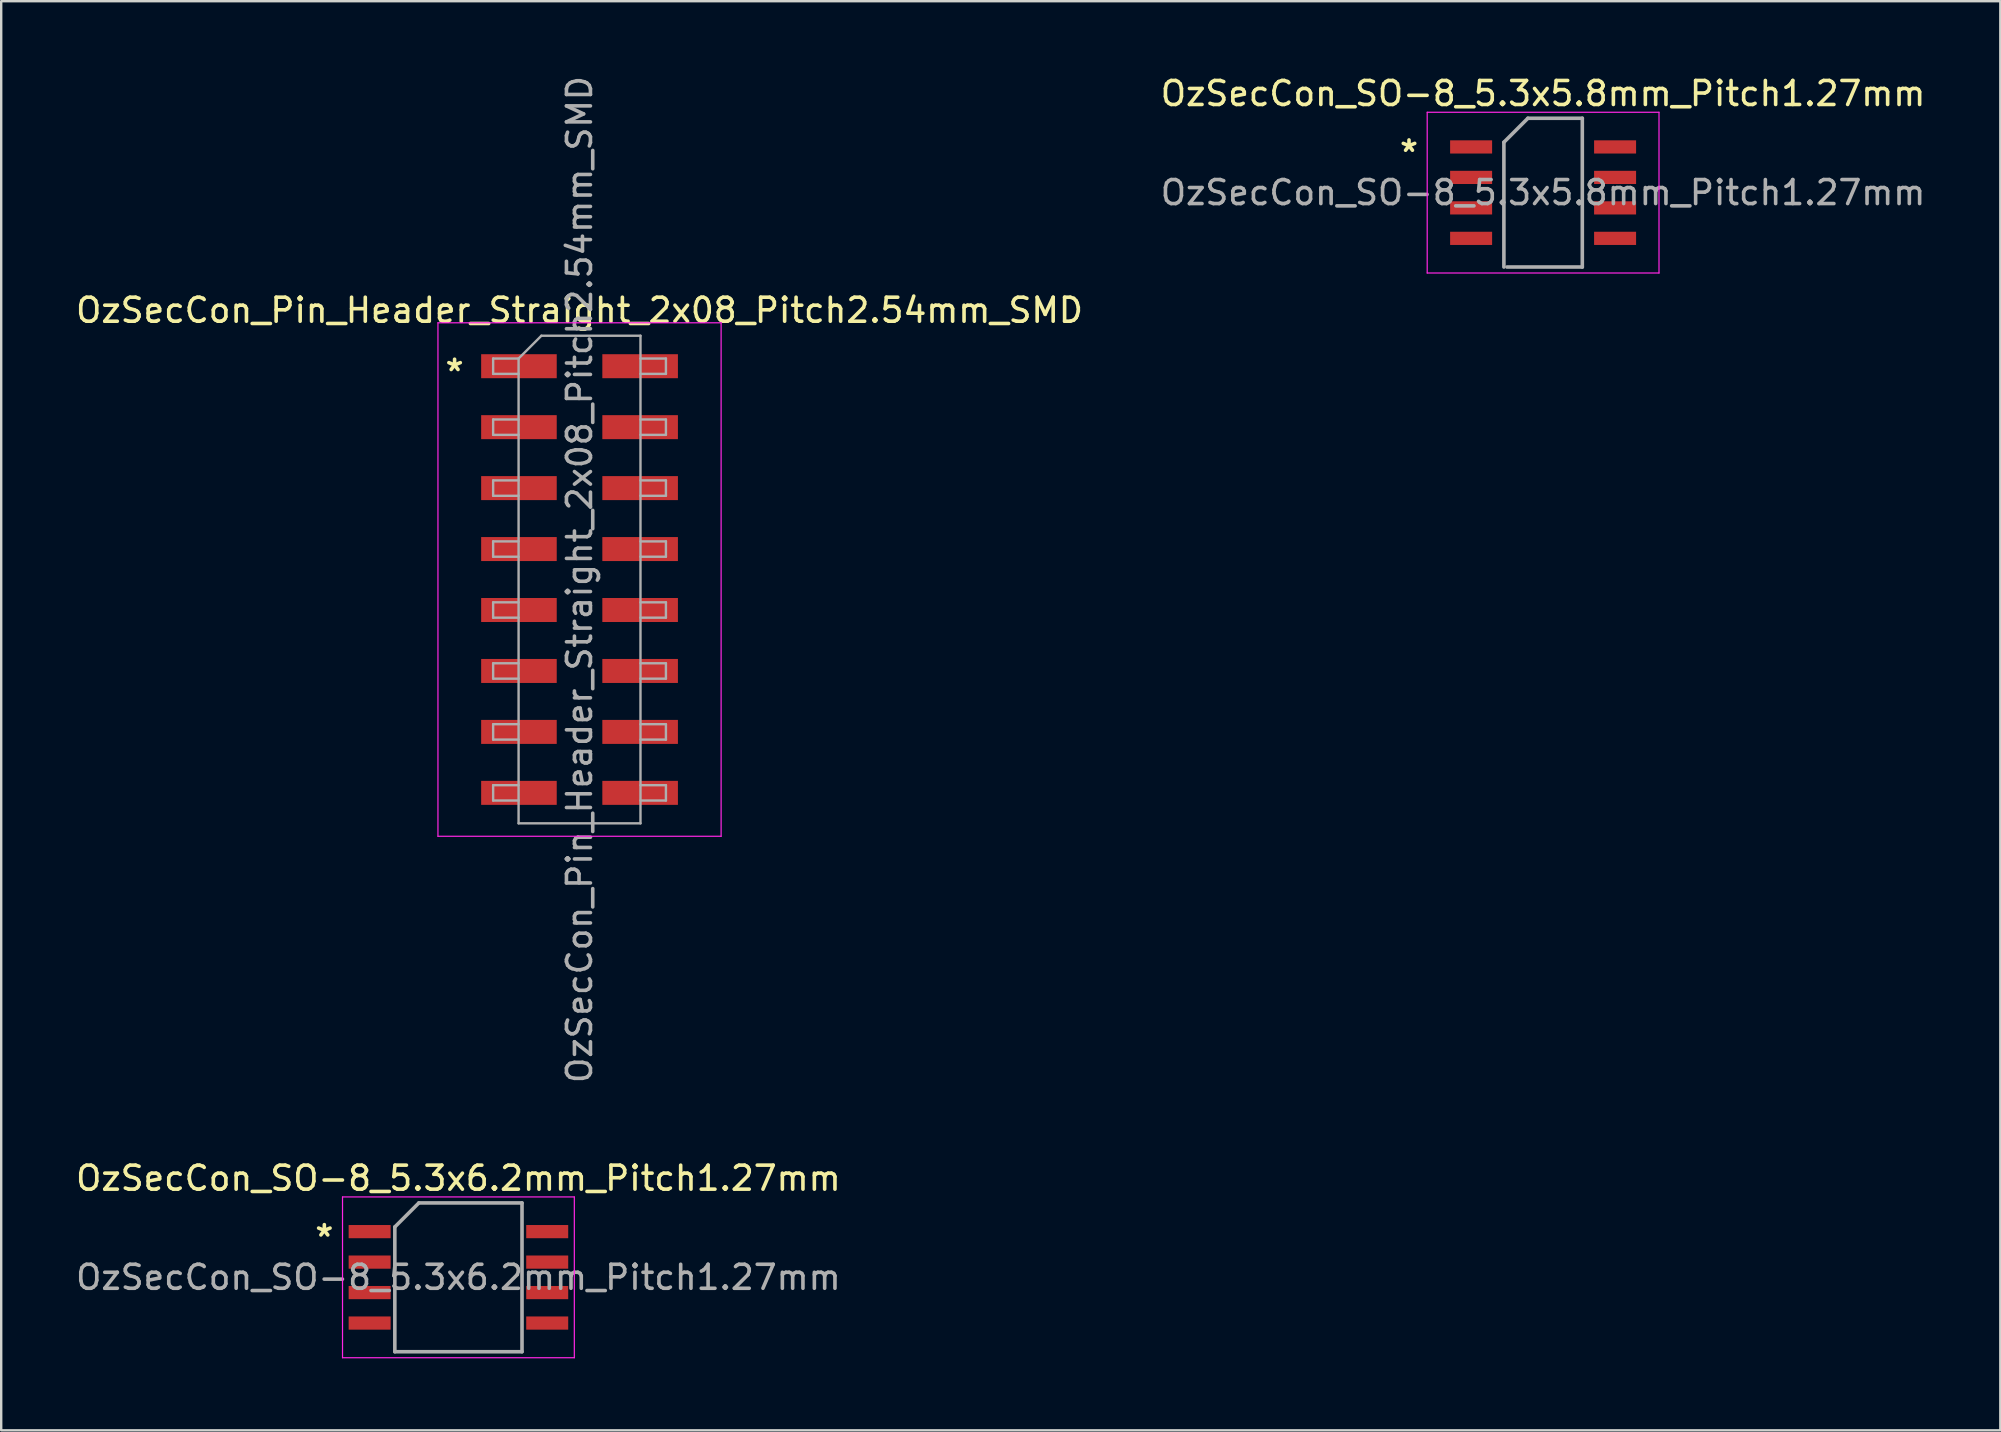
<source format=kicad_pcb>
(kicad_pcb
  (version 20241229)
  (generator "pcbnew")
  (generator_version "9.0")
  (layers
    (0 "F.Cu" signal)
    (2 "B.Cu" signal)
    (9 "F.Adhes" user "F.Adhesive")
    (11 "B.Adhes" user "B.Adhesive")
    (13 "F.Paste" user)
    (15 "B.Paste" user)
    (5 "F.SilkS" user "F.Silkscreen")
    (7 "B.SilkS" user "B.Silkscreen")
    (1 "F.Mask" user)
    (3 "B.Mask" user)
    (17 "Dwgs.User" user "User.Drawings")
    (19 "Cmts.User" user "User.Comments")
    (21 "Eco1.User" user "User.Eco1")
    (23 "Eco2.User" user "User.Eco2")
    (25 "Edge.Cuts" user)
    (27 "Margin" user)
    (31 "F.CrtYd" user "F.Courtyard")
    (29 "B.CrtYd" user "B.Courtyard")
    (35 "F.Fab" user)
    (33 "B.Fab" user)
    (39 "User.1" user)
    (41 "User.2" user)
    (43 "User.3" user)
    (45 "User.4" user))
  (footprint "OzSecCon_SO-8_5.3x6.2mm_Pitch1.27mm"
    (layer "F.Cu")
    (at 16.054 50.181)
    (property "Reference" "OzSecCon_SO-8_5.3x6.2mm_Pitch1.27mm" (at 0 -4.13 0) (layer "F.SilkS") (effects (font (size 1 1) (thickness 0.15))))
    (attr smd)
    (fp_line (start -4.83 -3.35) (end -4.83 3.35) (stroke (width 0.05) (type solid)) (layer "F.CrtYd"))
    (fp_line (start -4.83 -3.35) (end 4.83 -3.35) (stroke (width 0.05) (type solid)) (layer "F.CrtYd"))
    (fp_line (start -4.83 3.35) (end 4.83 3.35) (stroke (width 0.05) (type solid)) (layer "F.CrtYd"))
    (fp_line (start 4.83 -3.35) (end 4.83 3.35) (stroke (width 0.05) (type solid)) (layer "F.CrtYd"))
    (fp_line (start -2.65 -2.1) (end -1.65 -3.1) (stroke (width 0.15) (type solid)) (layer "F.Fab"))
    (fp_line (start -2.65 3.1) (end -2.65 -2.1) (stroke (width 0.15) (type solid)) (layer "F.Fab"))
    (fp_line (start -1.65 -3.1) (end 2.65 -3.1) (stroke (width 0.15) (type solid)) (layer "F.Fab"))
    (fp_line (start 2.65 -3.1) (end 2.65 3.1) (stroke (width 0.15) (type solid)) (layer "F.Fab"))
    (fp_line (start 2.65 3.1) (end -2.65 3.1) (stroke (width 0.15) (type solid)) (layer "F.Fab"))
    (fp_text user "*" (at -5.588 -1.651 0) (layer "F.SilkS") (effects (font (size 1 1) (thickness 0.15))))
    (fp_text user "${REFERENCE}" (at 0 0 0) (layer "F.Fab") (effects (font (size 1 1) (thickness 0.15))))
    (pad "1" smd rect (at -3.7 -1.905) (size 1.75 0.55) (layers "F.Cu" "F.Mask" "F.Paste"))
    (pad "2" smd rect (at -3.7 -0.635) (size 1.75 0.55) (layers "F.Cu" "F.Mask" "F.Paste"))
    (pad "3" smd rect (at -3.7 0.635) (size 1.75 0.55) (layers "F.Cu" "F.Mask" "F.Paste"))
    (pad "4" smd rect (at -3.7 1.905) (size 1.75 0.55) (layers "F.Cu" "F.Mask" "F.Paste"))
    (pad "5" smd rect (at 3.7 1.905) (size 1.75 0.55) (layers "F.Cu" "F.Mask" "F.Paste"))
    (pad "6" smd rect (at 3.7 0.635) (size 1.75 0.55) (layers "F.Cu" "F.Mask" "F.Paste"))
    (pad "7" smd rect (at 3.7 -0.635) (size 1.75 0.55) (layers "F.Cu" "F.Mask" "F.Paste"))
    (pad "8" smd rect (at 3.7 -1.905) (size 1.75 0.55) (layers "F.Cu" "F.Mask" "F.Paste")))
  (footprint "OzSecCon_Pin_Header_Straight_2x08_Pitch2.54mm_SMD"
    (layer "F.Cu")
    (at 21.101 21.101)
    (property "Reference" "OzSecCon_Pin_Header_Straight_2x08_Pitch2.54mm_SMD" (at 0 -11.22 0) (layer "F.SilkS") (effects (font (size 1 1) (thickness 0.15))))
    (attr smd)
    (fp_line (start -5.9 -10.7) (end -5.9 10.7) (stroke (width 0.05) (type solid)) (layer "F.CrtYd"))
    (fp_line (start -5.9 10.7) (end 5.9 10.7) (stroke (width 0.05) (type solid)) (layer "F.CrtYd"))
    (fp_line (start 5.9 -10.7) (end -5.9 -10.7) (stroke (width 0.05) (type solid)) (layer "F.CrtYd"))
    (fp_line (start 5.9 10.7) (end 5.9 -10.7) (stroke (width 0.05) (type solid)) (layer "F.CrtYd"))
    (fp_line (start -3.6 -9.21) (end -3.6 -8.57) (stroke (width 0.1) (type solid)) (layer "F.Fab"))
    (fp_line (start -3.6 -8.57) (end -2.54 -8.57) (stroke (width 0.1) (type solid)) (layer "F.Fab"))
    (fp_line (start -3.6 -6.67) (end -3.6 -6.03) (stroke (width 0.1) (type solid)) (layer "F.Fab"))
    (fp_line (start -3.6 -6.03) (end -2.54 -6.03) (stroke (width 0.1) (type solid)) (layer "F.Fab"))
    (fp_line (start -3.6 -4.13) (end -3.6 -3.49) (stroke (width 0.1) (type solid)) (layer "F.Fab"))
    (fp_line (start -3.6 -3.49) (end -2.54 -3.49) (stroke (width 0.1) (type solid)) (layer "F.Fab"))
    (fp_line (start -3.6 -1.59) (end -3.6 -0.95) (stroke (width 0.1) (type solid)) (layer "F.Fab"))
    (fp_line (start -3.6 -0.95) (end -2.54 -0.95) (stroke (width 0.1) (type solid)) (layer "F.Fab"))
    (fp_line (start -3.6 0.95) (end -3.6 1.59) (stroke (width 0.1) (type solid)) (layer "F.Fab"))
    (fp_line (start -3.6 1.59) (end -2.54 1.59) (stroke (width 0.1) (type solid)) (layer "F.Fab"))
    (fp_line (start -3.6 3.49) (end -3.6 4.13) (stroke (width 0.1) (type solid)) (layer "F.Fab"))
    (fp_line (start -3.6 4.13) (end -2.54 4.13) (stroke (width 0.1) (type solid)) (layer "F.Fab"))
    (fp_line (start -3.6 6.03) (end -3.6 6.67) (stroke (width 0.1) (type solid)) (layer "F.Fab"))
    (fp_line (start -3.6 6.67) (end -2.54 6.67) (stroke (width 0.1) (type solid)) (layer "F.Fab"))
    (fp_line (start -3.6 8.57) (end -3.6 9.21) (stroke (width 0.1) (type solid)) (layer "F.Fab"))
    (fp_line (start -3.6 9.21) (end -2.54 9.21) (stroke (width 0.1) (type solid)) (layer "F.Fab"))
    (fp_line (start -2.54 -9.21) (end -3.6 -9.21) (stroke (width 0.1) (type solid)) (layer "F.Fab"))
    (fp_line (start -2.54 -9.21) (end -1.59 -10.16) (stroke (width 0.1) (type solid)) (layer "F.Fab"))
    (fp_line (start -2.54 -6.67) (end -3.6 -6.67) (stroke (width 0.1) (type solid)) (layer "F.Fab"))
    (fp_line (start -2.54 -4.13) (end -3.6 -4.13) (stroke (width 0.1) (type solid)) (layer "F.Fab"))
    (fp_line (start -2.54 -1.59) (end -3.6 -1.59) (stroke (width 0.1) (type solid)) (layer "F.Fab"))
    (fp_line (start -2.54 0.95) (end -3.6 0.95) (stroke (width 0.1) (type solid)) (layer "F.Fab"))
    (fp_line (start -2.54 3.49) (end -3.6 3.49) (stroke (width 0.1) (type solid)) (layer "F.Fab"))
    (fp_line (start -2.54 6.03) (end -3.6 6.03) (stroke (width 0.1) (type solid)) (layer "F.Fab"))
    (fp_line (start -2.54 8.57) (end -3.6 8.57) (stroke (width 0.1) (type solid)) (layer "F.Fab"))
    (fp_line (start -2.54 10.16) (end -2.54 -9.21) (stroke (width 0.1) (type solid)) (layer "F.Fab"))
    (fp_line (start -1.59 -10.16) (end 2.54 -10.16) (stroke (width 0.1) (type solid)) (layer "F.Fab"))
    (fp_line (start 2.54 -10.16) (end 2.54 10.16) (stroke (width 0.1) (type solid)) (layer "F.Fab"))
    (fp_line (start 2.54 -9.21) (end 3.6 -9.21) (stroke (width 0.1) (type solid)) (layer "F.Fab"))
    (fp_line (start 2.54 -6.67) (end 3.6 -6.67) (stroke (width 0.1) (type solid)) (layer "F.Fab"))
    (fp_line (start 2.54 -4.13) (end 3.6 -4.13) (stroke (width 0.1) (type solid)) (layer "F.Fab"))
    (fp_line (start 2.54 -1.59) (end 3.6 -1.59) (stroke (width 0.1) (type solid)) (layer "F.Fab"))
    (fp_line (start 2.54 0.95) (end 3.6 0.95) (stroke (width 0.1) (type solid)) (layer "F.Fab"))
    (fp_line (start 2.54 3.49) (end 3.6 3.49) (stroke (width 0.1) (type solid)) (layer "F.Fab"))
    (fp_line (start 2.54 6.03) (end 3.6 6.03) (stroke (width 0.1) (type solid)) (layer "F.Fab"))
    (fp_line (start 2.54 8.57) (end 3.6 8.57) (stroke (width 0.1) (type solid)) (layer "F.Fab"))
    (fp_line (start 2.54 10.16) (end -2.54 10.16) (stroke (width 0.1) (type solid)) (layer "F.Fab"))
    (fp_line (start 3.6 -9.21) (end 3.6 -8.57) (stroke (width 0.1) (type solid)) (layer "F.Fab"))
    (fp_line (start 3.6 -8.57) (end 2.54 -8.57) (stroke (width 0.1) (type solid)) (layer "F.Fab"))
    (fp_line (start 3.6 -6.67) (end 3.6 -6.03) (stroke (width 0.1) (type solid)) (layer "F.Fab"))
    (fp_line (start 3.6 -6.03) (end 2.54 -6.03) (stroke (width 0.1) (type solid)) (layer "F.Fab"))
    (fp_line (start 3.6 -4.13) (end 3.6 -3.49) (stroke (width 0.1) (type solid)) (layer "F.Fab"))
    (fp_line (start 3.6 -3.49) (end 2.54 -3.49) (stroke (width 0.1) (type solid)) (layer "F.Fab"))
    (fp_line (start 3.6 -1.59) (end 3.6 -0.95) (stroke (width 0.1) (type solid)) (layer "F.Fab"))
    (fp_line (start 3.6 -0.95) (end 2.54 -0.95) (stroke (width 0.1) (type solid)) (layer "F.Fab"))
    (fp_line (start 3.6 0.95) (end 3.6 1.59) (stroke (width 0.1) (type solid)) (layer "F.Fab"))
    (fp_line (start 3.6 1.59) (end 2.54 1.59) (stroke (width 0.1) (type solid)) (layer "F.Fab"))
    (fp_line (start 3.6 3.49) (end 3.6 4.13) (stroke (width 0.1) (type solid)) (layer "F.Fab"))
    (fp_line (start 3.6 4.13) (end 2.54 4.13) (stroke (width 0.1) (type solid)) (layer "F.Fab"))
    (fp_line (start 3.6 6.03) (end 3.6 6.67) (stroke (width 0.1) (type solid)) (layer "F.Fab"))
    (fp_line (start 3.6 6.67) (end 2.54 6.67) (stroke (width 0.1) (type solid)) (layer "F.Fab"))
    (fp_line (start 3.6 8.57) (end 3.6 9.21) (stroke (width 0.1) (type solid)) (layer "F.Fab"))
    (fp_line (start 3.6 9.21) (end 2.54 9.21) (stroke (width 0.1) (type solid)) (layer "F.Fab"))
    (fp_text user "*" (at -5.207 -8.636 0) (layer "F.SilkS") (effects (font (size 1 1) (thickness 0.15))))
    (fp_text user "${REFERENCE}" (at 0 0 90) (layer "F.Fab") (effects (font (size 1 1) (thickness 0.15))))
    (pad "1" smd rect (at -2.525 -8.89) (size 3.15 1) (layers "F.Cu" "F.Mask" "F.Paste"))
    (pad "2" smd rect (at 2.525 -8.89) (size 3.15 1) (layers "F.Cu" "F.Mask" "F.Paste"))
    (pad "3" smd rect (at -2.525 -6.35) (size 3.15 1) (layers "F.Cu" "F.Mask" "F.Paste"))
    (pad "4" smd rect (at 2.525 -6.35) (size 3.15 1) (layers "F.Cu" "F.Mask" "F.Paste"))
    (pad "5" smd rect (at -2.525 -3.81) (size 3.15 1) (layers "F.Cu" "F.Mask" "F.Paste"))
    (pad "6" smd rect (at 2.525 -3.81) (size 3.15 1) (layers "F.Cu" "F.Mask" "F.Paste"))
    (pad "7" smd rect (at -2.525 -1.27) (size 3.15 1) (layers "F.Cu" "F.Mask" "F.Paste"))
    (pad "8" smd rect (at 2.525 -1.27) (size 3.15 1) (layers "F.Cu" "F.Mask" "F.Paste"))
    (pad "9" smd rect (at -2.525 1.27) (size 3.15 1) (layers "F.Cu" "F.Mask" "F.Paste"))
    (pad "10" smd rect (at 2.525 1.27) (size 3.15 1) (layers "F.Cu" "F.Mask" "F.Paste"))
    (pad "11" smd rect (at -2.525 3.81) (size 3.15 1) (layers "F.Cu" "F.Mask" "F.Paste"))
    (pad "12" smd rect (at 2.525 3.81) (size 3.15 1) (layers "F.Cu" "F.Mask" "F.Paste"))
    (pad "13" smd rect (at -2.525 6.35) (size 3.15 1) (layers "F.Cu" "F.Mask" "F.Paste"))
    (pad "14" smd rect (at 2.525 6.35) (size 3.15 1) (layers "F.Cu" "F.Mask" "F.Paste"))
    (pad "15" smd rect (at -2.525 8.89) (size 3.15 1) (layers "F.Cu" "F.Mask" "F.Paste"))
    (pad "16" smd rect (at 2.525 8.89) (size 3.15 1) (layers "F.Cu" "F.Mask" "F.Paste")))
  (footprint "OzSecCon_SO-8_5.3x5.8mm_Pitch1.27mm"
    (layer "F.Cu")
    (at 61.256 4.978)
    (property "Reference" "OzSecCon_SO-8_5.3x5.8mm_Pitch1.27mm" (at 0 -4.13 0) (layer "F.SilkS") (effects (font (size 1 1) (thickness 0.15))))
    (attr smd)
    (fp_line (start -4.83 -3.35) (end -4.83 3.35) (stroke (width 0.05) (type solid)) (layer "F.CrtYd"))
    (fp_line (start -4.83 -3.35) (end 4.83 -3.35) (stroke (width 0.05) (type solid)) (layer "F.CrtYd"))
    (fp_line (start -4.83 3.35) (end 4.83 3.35) (stroke (width 0.05) (type solid)) (layer "F.CrtYd"))
    (fp_line (start 4.83 -3.35) (end 4.83 3.35) (stroke (width 0.05) (type solid)) (layer "F.CrtYd"))
    (fp_line (start -1.634 -2.1) (end -0.634 -3.1) (stroke (width 0.15) (type solid)) (layer "F.Fab"))
    (fp_line (start -1.634 3.1) (end -1.634 -2.1) (stroke (width 0.15) (type solid)) (layer "F.Fab"))
    (fp_line (start -0.634 -3.1) (end 1.634 -3.1) (stroke (width 0.15) (type solid)) (layer "F.Fab"))
    (fp_line (start 1.634 -3.1) (end 1.634 3.1) (stroke (width 0.15) (type solid)) (layer "F.Fab"))
    (fp_line (start 1.634 3.1) (end -1.507 3.1) (stroke (width 0.15) (type solid)) (layer "F.Fab"))
    (fp_text user "*" (at -5.588 -1.651 0) (layer "F.SilkS") (effects (font (size 1 1) (thickness 0.15))))
    (fp_text user "${REFERENCE}" (at 0 0 0) (layer "F.Fab") (effects (font (size 1 1) (thickness 0.15))))
    (pad "1" smd rect (at -3 -1.905) (size 1.75 0.55) (layers "F.Cu" "F.Mask" "F.Paste"))
    (pad "2" smd rect (at -3 -0.635) (size 1.75 0.55) (layers "F.Cu" "F.Mask" "F.Paste"))
    (pad "3" smd rect (at -3 0.635) (size 1.75 0.55) (layers "F.Cu" "F.Mask" "F.Paste"))
    (pad "4" smd rect (at -3 1.905) (size 1.75 0.55) (layers "F.Cu" "F.Mask" "F.Paste"))
    (pad "5" smd rect (at 3 1.905) (size 1.75 0.55) (layers "F.Cu" "F.Mask" "F.Paste"))
    (pad "6" smd rect (at 3 0.635) (size 1.75 0.55) (layers "F.Cu" "F.Mask" "F.Paste"))
    (pad "7" smd rect (at 3 -0.635) (size 1.75 0.55) (layers "F.Cu" "F.Mask" "F.Paste"))
    (pad "8" smd rect (at 3 -1.905) (size 1.75 0.55) (layers "F.Cu" "F.Mask" "F.Paste")))
  (gr_rect
    (start -3 -3)
    (end 80.31 56.556)
    (stroke (width 0.1) (type default))
    (fill no)
    (layer "Edge.Cuts")))
</source>
